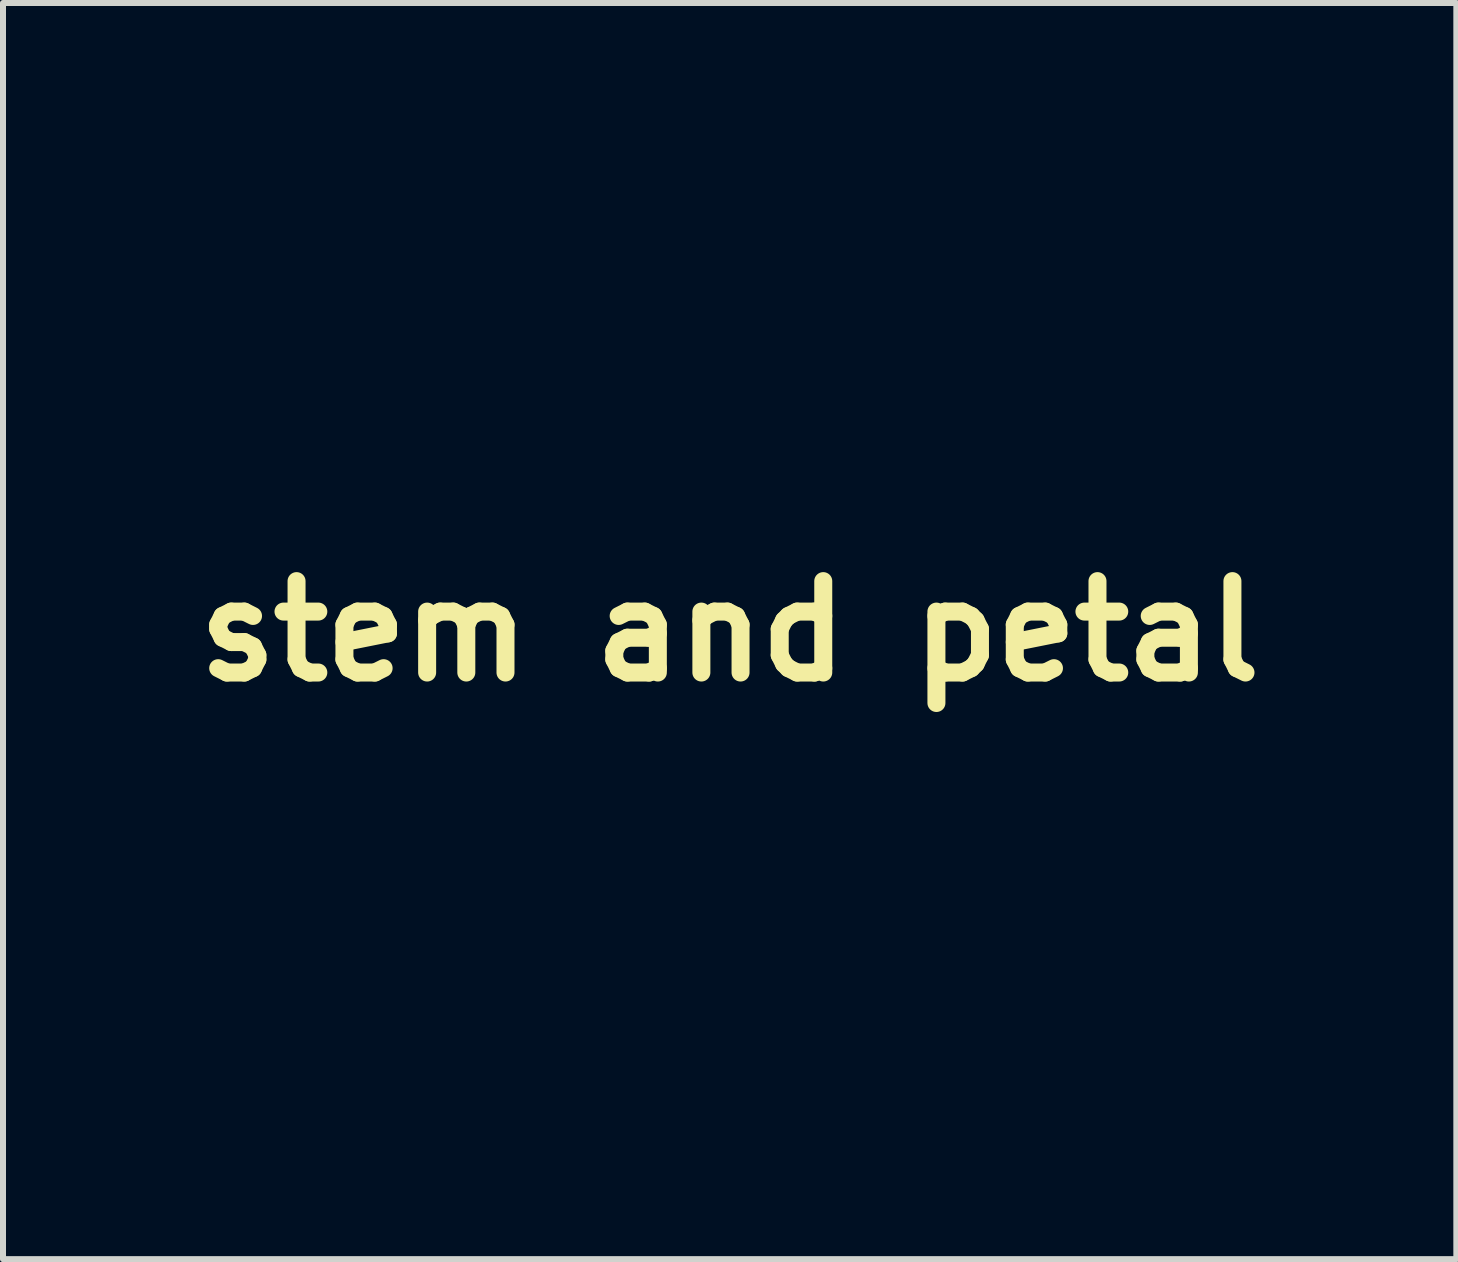
<source format=kicad_pcb>
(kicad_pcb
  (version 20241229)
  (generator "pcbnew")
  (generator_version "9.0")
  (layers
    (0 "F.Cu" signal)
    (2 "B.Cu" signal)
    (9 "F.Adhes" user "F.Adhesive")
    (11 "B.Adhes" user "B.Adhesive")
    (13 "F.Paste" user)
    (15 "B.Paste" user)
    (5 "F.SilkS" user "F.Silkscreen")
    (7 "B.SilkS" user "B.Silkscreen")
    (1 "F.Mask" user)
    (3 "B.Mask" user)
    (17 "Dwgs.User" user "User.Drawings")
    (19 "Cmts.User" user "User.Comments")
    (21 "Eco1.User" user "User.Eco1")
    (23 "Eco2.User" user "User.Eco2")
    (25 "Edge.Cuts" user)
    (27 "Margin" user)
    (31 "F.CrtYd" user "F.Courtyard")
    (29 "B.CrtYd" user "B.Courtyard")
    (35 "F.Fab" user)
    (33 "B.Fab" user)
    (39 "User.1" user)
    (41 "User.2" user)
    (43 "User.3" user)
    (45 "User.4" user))
  (footprint "stem and petal"
    (layer "F.Cu")
    (at 9.115 7.473)
    (property "Reference" "stem and petal" (at 0 0 0) (layer "F.SilkS") (effects (font (size 1.524 1.524) (thickness 0.3))))
    (attr through_hole)
    (fp_poly (pts (xy -2.163 -4.511) (xy -2.136 -4.485) (xy -2.141 -4.471) (xy -2.145 -4.47) (xy -2.166 -4.488) (xy -2.174 -4.5) (xy -2.177 -4.517) (xy -2.163 -4.511)) (stroke (width 0.01) (type solid)) (fill yes) (layer "F.Mask"))
    (fp_poly (pts (xy -2.548 -2.346) (xy -2.553 -2.337) (xy -2.577 -2.313) (xy -2.581 -2.311) (xy -2.583 -2.328) (xy -2.578 -2.337) (xy -2.554 -2.361) (xy -2.55 -2.362) (xy -2.548 -2.346)) (stroke (width 0.01) (type solid)) (fill yes) (layer "F.Mask"))
    (fp_poly (pts (xy 0.606 -7.458) (xy 0.658 -7.401) (xy 0.71 -7.309) (xy 0.775 -7.134) (xy 0.819 -6.917) (xy 0.843 -6.662) (xy 0.846 -6.426) (xy 0.841 -6.258) (xy 0.832 -6.133) (xy 0.816 -6.045) (xy 0.792 -5.986) (xy 0.758 -5.95) (xy 0.716 -5.929) (xy 0.647 -5.9) (xy 0.597 -5.865) (xy 0.596 -5.865) (xy 0.574 -5.836) (xy 0.595 -5.825) (xy 0.613 -5.823) (xy 0.669 -5.809) (xy 0.693 -5.795) (xy 0.699 -5.757) (xy 0.686 -5.687) (xy 0.659 -5.597) (xy 0.623 -5.5) (xy 0.581 -5.409) (xy 0.538 -5.337) (xy 0.516 -5.309) (xy 0.467 -5.243) (xy 0.419 -5.152) (xy 0.394 -5.09) (xy 0.353 -4.991) (xy 0.317 -4.941) (xy 0.287 -4.939) (xy 0.269 -4.969) (xy 0.265 -5.01) (xy 0.266 -5.09) (xy 0.272 -5.198) (xy 0.282 -5.321) (xy 0.283 -5.324) (xy 0.297 -5.462) (xy 0.312 -5.56) (xy 0.328 -5.626) (xy 0.349 -5.671) (xy 0.366 -5.694) (xy 0.456 -5.8) (xy 0.509 -5.882) (xy 0.532 -5.95) (xy 0.533 -5.971) (xy 0.521 -6.039) (xy 0.485 -6.064) (xy 0.451 -6.057) (xy 0.425 -6.022) (xy 0.426 -5.977) (xy 0.429 -5.93) (xy 0.408 -5.923) (xy 0.404 -5.924) (xy 0.353 -5.925) (xy 0.309 -5.915) (xy 0.267 -5.912) (xy 0.217 -5.936) (xy 0.152 -5.992) (xy 0.068 -6.083) (xy -0.004 -6.168) (xy -0.074 -6.253) (xy -0.091 -6.181) (xy -0.12 -6.114) (xy -0.168 -6.043) (xy -0.178 -6.032) (xy -0.228 -5.965) (xy -0.261 -5.897) (xy -0.264 -5.887) (xy -0.3 -5.816) (xy -0.359 -5.781) (xy -0.429 -5.79) (xy -0.436 -5.794) (xy -0.484 -5.809) (xy -0.519 -5.785) (xy -0.528 -5.775) (xy -0.552 -5.747) (xy -0.557 -5.758) (xy -0.55 -5.804) (xy -0.541 -5.869) (xy -0.53 -5.963) (xy -0.521 -6.058) (xy -0.488 -6.282) (xy -0.432 -6.499) (xy -0.358 -6.699) (xy -0.269 -6.871) (xy -0.169 -7.005) (xy -0.148 -7.027) (xy -0.049 -7.113) (xy 0.065 -7.199) (xy 0.18 -7.277) (xy 0.286 -7.338) (xy 0.371 -7.374) (xy 0.393 -7.38) (xy 0.461 -7.401) (xy 0.508 -7.43) (xy 0.51 -7.432) (xy 0.558 -7.468) (xy 0.606 -7.458)) (stroke (width 0.01) (type solid)) (fill yes) (layer "F.Mask"))
    (fp_poly (pts (xy -3.098 -4.805) (xy -3.074 -4.8) (xy -2.802 -4.727) (xy -2.54 -4.633) (xy -2.326 -4.534) (xy -2.118 -4.426) (xy -2.202 -4.381) (xy -2.262 -4.343) (xy -2.281 -4.307) (xy -2.261 -4.26) (xy -2.223 -4.212) (xy -2.181 -4.155) (xy -2.16 -4.109) (xy -2.159 -4.102) (xy -2.14 -4.066) (xy -2.095 -4.017) (xy -2.04 -3.97) (xy -1.991 -3.941) (xy -1.976 -3.937) (xy -1.941 -3.919) (xy -1.897 -3.877) (xy -1.863 -3.83) (xy -1.854 -3.806) (xy -1.876 -3.79) (xy -1.919 -3.785) (xy -2.014 -3.768) (xy -2.126 -3.725) (xy -2.234 -3.664) (xy -2.321 -3.595) (xy -2.33 -3.584) (xy -2.382 -3.519) (xy -2.401 -3.467) (xy -2.397 -3.416) (xy -2.375 -3.347) (xy -2.347 -3.3) (xy -2.319 -3.244) (xy -2.311 -3.195) (xy -2.302 -3.138) (xy -2.266 -3.098) (xy -2.197 -3.067) (xy -2.113 -3.044) (xy -2.039 -3.024) (xy -1.992 -3.006) (xy -1.981 -2.997) (xy -2.001 -2.974) (xy -2.042 -2.948) (xy -2.09 -2.904) (xy -2.136 -2.835) (xy -2.148 -2.81) (xy -2.185 -2.723) (xy -2.23 -2.622) (xy -2.252 -2.573) (xy -2.284 -2.499) (xy -2.306 -2.444) (xy -2.311 -2.426) (xy -2.29 -2.418) (xy -2.237 -2.422) (xy -2.234 -2.422) (xy -2.183 -2.427) (xy -2.174 -2.416) (xy -2.187 -2.398) (xy -2.235 -2.373) (xy -2.266 -2.377) (xy -2.323 -2.378) (xy -2.392 -2.36) (xy -2.393 -2.36) (xy -2.45 -2.341) (xy -2.483 -2.349) (xy -2.502 -2.371) (xy -2.523 -2.391) (xy -2.548 -2.386) (xy -2.586 -2.349) (xy -2.622 -2.305) (xy -2.727 -2.208) (xy -2.814 -2.166) (xy -2.926 -2.139) (xy -3.043 -2.123) (xy -3.15 -2.119) (xy -3.229 -2.128) (xy -3.245 -2.133) (xy -3.291 -2.175) (xy -3.299 -2.245) (xy -3.269 -2.345) (xy -3.202 -2.476) (xy -3.095 -2.637) (xy -3.019 -2.741) (xy -2.931 -2.848) (xy -2.832 -2.955) (xy -2.738 -3.044) (xy -2.701 -3.075) (xy -2.544 -3.195) (xy -2.851 -3.199) (xy -3.004 -3.203) (xy -3.127 -3.215) (xy -3.235 -3.239) (xy -3.34 -3.28) (xy -3.457 -3.34) (xy -3.6 -3.426) (xy -3.619 -3.438) (xy -3.8 -3.558) (xy -3.974 -3.686) (xy -4.132 -3.815) (xy -4.271 -3.94) (xy -4.382 -4.056) (xy -4.459 -4.157) (xy -4.487 -4.208) (xy -4.508 -4.265) (xy -4.507 -4.304) (xy -4.48 -4.344) (xy -4.44 -4.387) (xy -4.368 -4.452) (xy -4.289 -4.507) (xy -4.267 -4.519) (xy -4.191 -4.558) (xy -4.099 -4.607) (xy -4.055 -4.631) (xy -3.931 -4.698) (xy -3.797 -4.592) (xy -3.789 -4.658) (xy -3.772 -4.709) (xy -3.726 -4.724) (xy -3.717 -4.724) (xy -3.663 -4.73) (xy -3.576 -4.746) (xy -3.471 -4.769) (xy -3.432 -4.778) (xy -3.319 -4.803) (xy -3.237 -4.816) (xy -3.169 -4.816) (xy -3.098 -4.805)) (stroke (width 0.01) (type solid)) (fill yes) (layer "F.Mask"))
    (fp_poly (pts (xy 3.465 -5.447) (xy 3.513 -5.439) (xy 3.597 -5.428) (xy 3.702 -5.416) (xy 3.747 -5.412) (xy 3.953 -5.375) (xy 4.128 -5.307) (xy 4.284 -5.202) (xy 4.317 -5.174) (xy 4.367 -5.119) (xy 4.389 -5.063) (xy 4.38 -4.995) (xy 4.341 -4.904) (xy 4.305 -4.837) (xy 4.261 -4.753) (xy 4.229 -4.683) (xy 4.216 -4.642) (xy 4.216 -4.641) (xy 4.202 -4.602) (xy 4.163 -4.533) (xy 4.106 -4.441) (xy 4.036 -4.337) (xy 3.961 -4.23) (xy 3.887 -4.128) (xy 3.819 -4.041) (xy 3.765 -3.978) (xy 3.762 -3.975) (xy 3.687 -3.904) (xy 3.593 -3.822) (xy 3.52 -3.763) (xy 3.441 -3.704) (xy 3.39 -3.676) (xy 3.357 -3.673) (xy 3.342 -3.682) (xy 3.294 -3.699) (xy 3.254 -3.685) (xy 3.188 -3.662) (xy 3.15 -3.658) (xy 3.101 -3.642) (xy 3.083 -3.62) (xy 3.053 -3.592) (xy 2.989 -3.557) (xy 2.918 -3.528) (xy 2.841 -3.497) (xy 2.787 -3.47) (xy 2.769 -3.456) (xy 2.788 -3.427) (xy 2.836 -3.389) (xy 2.894 -3.352) (xy 2.944 -3.33) (xy 2.958 -3.327) (xy 2.992 -3.311) (xy 2.997 -3.296) (xy 3.016 -3.261) (xy 3.062 -3.213) (xy 3.083 -3.195) (xy 3.155 -3.116) (xy 3.18 -3.048) (xy 3.181 -2.991) (xy 3.157 -2.945) (xy 3.103 -2.895) (xy 3.01 -2.831) (xy 2.882 -2.76) (xy 2.734 -2.689) (xy 2.579 -2.626) (xy 2.489 -2.594) (xy 2.386 -2.568) (xy 2.257 -2.544) (xy 2.11 -2.524) (xy 1.957 -2.508) (xy 1.807 -2.497) (xy 1.67 -2.492) (xy 1.557 -2.494) (xy 1.477 -2.504) (xy 1.448 -2.515) (xy 1.396 -2.532) (xy 1.33 -2.54) (xy 1.275 -2.549) (xy 1.217 -2.584) (xy 1.145 -2.65) (xy 1.128 -2.667) (xy 1.062 -2.739) (xy 1.011 -2.803) (xy 0.985 -2.845) (xy 0.982 -2.922) (xy 1.015 -3.008) (xy 1.064 -3.071) (xy 1.099 -3.127) (xy 1.118 -3.214) (xy 1.123 -3.269) (xy 1.13 -3.416) (xy 1.306 -3.408) (xy 1.413 -3.397) (xy 1.5 -3.378) (xy 1.54 -3.361) (xy 1.579 -3.338) (xy 1.596 -3.345) (xy 1.6 -3.391) (xy 1.6 -3.42) (xy 1.582 -3.542) (xy 1.528 -3.632) (xy 1.445 -3.69) (xy 1.381 -3.721) (xy 3.353 -3.721) (xy 3.365 -3.708) (xy 3.378 -3.721) (xy 3.365 -3.734) (xy 3.353 -3.721) (xy 1.381 -3.721) (xy 1.353 -3.735) (xy 1.443 -3.956) (xy 1.498 -4.109) (xy 1.527 -4.231) (xy 1.53 -4.286) (xy 1.534 -4.36) (xy 1.552 -4.392) (xy 1.564 -4.394) (xy 1.596 -4.414) (xy 1.6 -4.431) (xy 1.62 -4.466) (xy 1.669 -4.514) (xy 1.708 -4.543) (xy 1.807 -4.617) (xy 1.892 -4.69) (xy 1.956 -4.754) (xy 1.992 -4.803) (xy 1.995 -4.825) (xy 1.996 -4.849) (xy 2.006 -4.851) (xy 2.04 -4.866) (xy 2.099 -4.903) (xy 2.169 -4.953) (xy 2.239 -5.005) (xy 2.293 -5.041) (xy 2.317 -5.055) (xy 2.345 -5.066) (xy 2.405 -5.097) (xy 2.484 -5.14) (xy 2.572 -5.189) (xy 2.655 -5.237) (xy 2.723 -5.277) (xy 2.763 -5.303) (xy 2.769 -5.308) (xy 2.806 -5.328) (xy 2.881 -5.353) (xy 2.983 -5.379) (xy 3.1 -5.404) (xy 3.218 -5.425) (xy 3.327 -5.442) (xy 3.413 -5.45) (xy 3.465 -5.447)) (stroke (width 0.01) (type solid)) (fill yes) (layer "F.Mask"))
    (fp_poly (pts (xy -1.502 -2.507) (xy -1.476 -2.497) (xy -1.413 -2.468) (xy -1.382 -2.431) (xy -1.368 -2.368) (xy -1.365 -2.347) (xy -1.35 -2.269) (xy -1.328 -2.208) (xy -1.32 -2.196) (xy -1.294 -2.174) (xy -1.264 -2.183) (xy -1.222 -2.218) (xy -1.127 -2.292) (xy -1.038 -2.326) (xy -0.983 -2.331) (xy -0.912 -2.346) (xy -0.865 -2.373) (xy -0.828 -2.399) (xy -0.784 -2.403) (xy -0.713 -2.388) (xy -0.707 -2.386) (xy -0.613 -2.361) (xy -0.558 -2.344) (xy -0.537 -2.333) (xy -0.539 -2.324) (xy -0.556 -2.313) (xy -0.578 -2.281) (xy -0.574 -2.265) (xy -0.576 -2.23) (xy -0.584 -2.223) (xy -0.598 -2.189) (xy -0.595 -2.138) (xy -0.59 -2.098) (xy -0.601 -2.099) (xy -0.602 -2.1) (xy -0.617 -2.1) (xy -0.625 -2.054) (xy -0.626 -2.033) (xy -0.638 -1.878) (xy -0.663 -1.753) (xy -0.699 -1.667) (xy -0.711 -1.651) (xy -0.741 -1.6) (xy -0.745 -1.56) (xy -0.749 -1.529) (xy -0.763 -1.524) (xy -0.778 -1.512) (xy -0.754 -1.478) (xy -0.732 -1.445) (xy -0.724 -1.402) (xy -0.729 -1.332) (xy -0.738 -1.272) (xy -0.765 -1.139) (xy -0.799 -1.031) (xy -0.835 -0.956) (xy -0.86 -0.929) (xy -0.892 -0.898) (xy -0.934 -0.846) (xy -0.937 -0.842) (xy -0.957 -0.812) (xy -0.959 -0.798) (xy -0.938 -0.801) (xy -0.887 -0.823) (xy -0.799 -0.865) (xy -0.744 -0.893) (xy -0.619 -0.951) (xy -0.487 -1.007) (xy -0.368 -1.052) (xy -0.321 -1.067) (xy -0.214 -1.1) (xy -0.111 -1.133) (xy -0.038 -1.158) (xy 0.061 -1.187) (xy 0.199 -1.215) (xy 0.36 -1.242) (xy 0.532 -1.264) (xy 0.702 -1.281) (xy 0.856 -1.291) (xy 0.927 -1.292) (xy 1.065 -1.29) (xy 1.167 -1.28) (xy 1.246 -1.261) (xy 1.291 -1.244) (xy 1.401 -1.195) (xy 1.384 -1.277) (xy 1.365 -1.343) (xy 1.331 -1.433) (xy 1.293 -1.521) (xy 1.247 -1.629) (xy 1.224 -1.699) (xy 1.225 -1.738) (xy 1.249 -1.752) (xy 1.257 -1.753) (xy 1.282 -1.769) (xy 1.279 -1.791) (xy 1.25 -1.824) (xy 1.233 -1.829) (xy 1.201 -1.847) (xy 1.152 -1.894) (xy 1.121 -1.93) (xy 1.069 -1.989) (xy 1.026 -2.025) (xy 1.01 -2.032) (xy 0.98 -2.05) (xy 0.927 -2.096) (xy 0.858 -2.164) (xy 0.826 -2.198) (xy 0.671 -2.363) (xy 0.728 -2.401) (xy 0.795 -2.428) (xy 0.869 -2.437) (xy 0.914 -2.432) (xy 0.955 -2.411) (xy 1.002 -2.367) (xy 1.065 -2.292) (xy 1.087 -2.263) (xy 1.201 -2.11) (xy 1.297 -1.967) (xy 1.377 -1.827) (xy 1.443 -1.681) (xy 1.5 -1.521) (xy 1.551 -1.339) (xy 1.599 -1.126) (xy 1.647 -0.874) (xy 1.665 -0.768) (xy 1.736 -0.356) (xy 1.901 -0.356) (xy 1.985 -0.353) (xy 2.055 -0.342) (xy 2.126 -0.317) (xy 2.216 -0.273) (xy 2.275 -0.241) (xy 2.376 -0.182) (xy 2.467 -0.12) (xy 2.533 -0.067) (xy 2.549 -0.051) (xy 2.596 -0.002) (xy 2.634 0.024) (xy 2.64 0.025) (xy 2.665 0.046) (xy 2.667 0.059) (xy 2.684 0.095) (xy 2.729 0.149) (xy 2.762 0.183) (xy 2.835 0.257) (xy 2.915 0.345) (xy 2.954 0.391) (xy 3.011 0.452) (xy 3.057 0.487) (xy 3.079 0.492) (xy 3.095 0.491) (xy 3.089 0.503) (xy 3.093 0.537) (xy 3.122 0.597) (xy 3.158 0.653) (xy 3.282 0.848) (xy 3.404 1.078) (xy 3.517 1.328) (xy 3.614 1.581) (xy 3.645 1.676) (xy 3.669 1.785) (xy 3.687 1.938) (xy 3.7 2.131) (xy 3.702 2.177) (xy 3.706 2.333) (xy 3.706 2.453) (xy 3.7 2.553) (xy 3.687 2.647) (xy 3.666 2.75) (xy 3.66 2.776) (xy 3.627 2.909) (xy 3.598 3) (xy 3.565 3.061) (xy 3.524 3.101) (xy 3.468 3.129) (xy 3.44 3.14) (xy 3.359 3.164) (xy 3.298 3.17) (xy 3.24 3.152) (xy 3.167 3.108) (xy 3.118 3.073) (xy 3.045 3.023) (xy 2.99 2.986) (xy 2.963 2.972) (xy 2.963 2.972) (xy 2.93 2.952) (xy 2.875 2.9) (xy 2.805 2.822) (xy 2.728 2.729) (xy 2.65 2.628) (xy 2.578 2.528) (xy 2.525 2.445) (xy 2.414 2.249) (xy 2.329 2.073) (xy 2.267 1.905) (xy 2.223 1.729) (xy 2.194 1.534) (xy 2.175 1.305) (xy 2.172 1.247) (xy 2.163 1.116) (xy 2.15 0.995) (xy 2.135 0.898) (xy 2.12 0.841) (xy 2.099 0.777) (xy 2.071 0.679) (xy 2.04 0.563) (xy 2.021 0.488) (xy 1.988 0.368) (xy 1.954 0.256) (xy 1.922 0.168) (xy 1.906 0.132) (xy 1.862 0.059) (xy 1.813 -0.009) (xy 1.771 -0.059) (xy 1.745 -0.076) (xy 1.729 -0.06) (xy 1.715 -0.007) (xy 1.702 0.084) (xy 1.689 0.218) (xy 1.677 0.4) (xy 1.676 0.419) (xy 1.667 0.558) (xy 1.657 0.673) (xy 1.644 0.774) (xy 1.625 0.871) (xy 1.599 0.974) (xy 1.563 1.092) (xy 1.514 1.236) (xy 1.451 1.415) (xy 1.435 1.46) (xy 1.383 1.609) (xy 1.332 1.753) (xy 1.288 1.88) (xy 1.254 1.979) (xy 1.24 2.019) (xy 1.211 2.106) (xy 1.17 2.225) (xy 1.125 2.357) (xy 1.088 2.464) (xy 1.043 2.595) (xy 0.988 2.757) (xy 0.929 2.933) (xy 0.872 3.104) (xy 0.853 3.163) (xy 0.804 3.306) (xy 0.757 3.441) (xy 0.715 3.555) (xy 0.681 3.639) (xy 0.667 3.671) (xy 0.628 3.752) (xy 0.576 3.873) (xy 0.512 4.022) (xy 0.442 4.193) (xy 0.369 4.374) (xy 0.295 4.558) (xy 0.226 4.735) (xy 0.165 4.896) (xy 0.114 5.033) (xy 0.08 5.131) (xy 0.05 5.232) (xy 0.017 5.362) (xy -0.014 5.496) (xy -0.025 5.546) (xy -0.048 5.654) (xy -0.069 5.745) (xy -0.086 5.805) (xy -0.092 5.822) (xy -0.1 5.858) (xy -0.109 5.935) (xy -0.118 6.048) (xy -0.128 6.186) (xy -0.137 6.342) (xy -0.145 6.509) (xy -0.153 6.676) (xy -0.158 6.838) (xy -0.161 6.984) (xy -0.161 7.002) (xy -0.164 7.134) (xy -0.168 7.225) (xy -0.176 7.285) (xy -0.189 7.324) (xy -0.209 7.352) (xy -0.222 7.365) (xy -0.263 7.41) (xy -0.279 7.443) (xy -0.297 7.465) (xy -0.335 7.464) (xy -0.366 7.442) (xy -0.369 7.436) (xy -0.382 7.375) (xy -0.393 7.272) (xy -0.402 7.138) (xy -0.408 6.982) (xy -0.411 6.812) (xy -0.411 6.639) (xy -0.407 6.472) (xy -0.405 6.413) (xy -0.395 6.232) (xy -0.382 6.085) (xy -0.365 5.955) (xy -0.342 5.827) (xy -0.309 5.684) (xy -0.295 5.626) (xy -0.215 5.336) (xy -0.11 5.005) (xy 0.019 4.632) (xy 0.172 4.22) (xy 0.349 3.77) (xy 0.42 3.594) (xy 0.504 3.381) (xy 0.599 3.125) (xy 0.703 2.832) (xy 0.813 2.507) (xy 0.929 2.157) (xy 0.941 2.121) (xy 0.973 2.023) (xy 1.017 1.89) (xy 1.069 1.733) (xy 1.126 1.564) (xy 1.182 1.397) (xy 1.268 1.131) (xy 1.335 0.895) (xy 1.385 0.677) (xy 1.42 0.463) (xy 1.443 0.239) (xy 1.455 -0.008) (xy 1.459 -0.292) (xy 1.459 -0.292) (xy 1.459 -0.493) (xy 1.455 -0.648) (xy 1.449 -0.763) (xy 1.437 -0.845) (xy 1.42 -0.897) (xy 1.397 -0.927) (xy 1.366 -0.939) (xy 1.35 -0.94) (xy 1.302 -0.958) (xy 1.252 -1) (xy 1.191 -1.05) (xy 1.114 -1.089) (xy 1.109 -1.091) (xy 1.046 -1.106) (xy 0.989 -1.102) (xy 0.915 -1.075) (xy 0.897 -1.067) (xy 0.795 -1.016) (xy 0.727 -0.968) (xy 0.698 -0.927) (xy 0.701 -0.911) (xy 0.691 -0.903) (xy 0.648 -0.914) (xy 0.648 -0.914) (xy 0.601 -0.927) (xy 0.597 -0.914) (xy 0.595 -0.891) (xy 0.586 -0.889) (xy 0.56 -0.869) (xy 0.559 -0.861) (xy 0.541 -0.831) (xy 0.495 -0.78) (xy 0.431 -0.718) (xy 0.351 -0.642) (xy 0.28 -0.56) (xy 0.21 -0.465) (xy 0.135 -0.346) (xy 0.049 -0.194) (xy 0.002 -0.106) (xy -0.06 0.009) (xy -0.118 0.116) (xy -0.165 0.201) (xy -0.193 0.25) (xy -0.248 0.328) (xy -0.335 0.428) (xy -0.444 0.54) (xy -0.564 0.655) (xy -0.687 0.764) (xy -0.802 0.858) (xy -0.901 0.928) (xy -0.922 0.941) (xy -1.078 1.019) (xy -1.268 1.097) (xy -1.477 1.168) (xy -1.689 1.227) (xy -1.71 1.232) (xy -1.799 1.25) (xy -1.86 1.253) (xy -1.919 1.239) (xy -1.971 1.218) (xy -2.037 1.184) (xy -2.082 1.143) (xy -2.111 1.085) (xy -2.127 1) (xy -2.133 0.879) (xy -2.134 0.79) (xy -2.125 0.589) (xy -2.1 0.433) (xy -2.057 0.318) (xy -1.995 0.24) (xy -1.974 0.225) (xy -1.933 0.196) (xy -1.929 0.185) (xy -1.938 0.187) (xy -1.982 0.185) (xy -1.999 0.145) (xy -1.988 0.072) (xy -1.971 0.025) (xy -1.95 -0.041) (xy -1.956 -0.072) (xy -1.993 -0.069) (xy -2.064 -0.032) (xy -2.095 -0.013) (xy -2.192 0.034) (xy -2.27 0.044) (xy -2.334 0.013) (xy -2.388 -0.061) (xy -2.438 -0.183) (xy -2.46 -0.254) (xy -2.49 -0.379) (xy -2.508 -0.503) (xy -2.512 -0.638) (xy -2.503 -0.797) (xy -2.482 -0.99) (xy -2.476 -1.036) (xy -2.452 -1.2) (xy -2.425 -1.326) (xy -2.392 -1.425) (xy -2.349 -1.507) (xy -2.291 -1.586) (xy -2.275 -1.605) (xy -2.228 -1.668) (xy -2.203 -1.716) (xy -2.202 -1.735) (xy -2.201 -1.748) (xy -2.191 -1.744) (xy -2.159 -1.751) (xy -2.11 -1.788) (xy -2.079 -1.819) (xy -2.021 -1.881) (xy -1.941 -1.963) (xy -1.854 -2.051) (xy -1.829 -2.076) (xy -1.757 -2.151) (xy -1.703 -2.214) (xy -1.673 -2.255) (xy -1.671 -2.265) (xy -1.662 -2.279) (xy -1.655 -2.276) (xy -1.624 -2.283) (xy -1.571 -2.316) (xy -1.54 -2.341) (xy -1.484 -2.394) (xy -1.466 -2.429) (xy -1.476 -2.455) (xy -1.519 -2.485) (xy -1.54 -2.489) (xy -1.572 -2.503) (xy -1.575 -2.513) (xy -1.554 -2.519) (xy -1.502 -2.507)) (stroke (width 0.01) (type solid)) (fill yes) (layer "F.Mask")))
  (gr_rect
    (start -3 -3)
    (end 21.23 17.942)
    (stroke (width 0.1) (type default))
    (fill no)
    (layer "Edge.Cuts")))
</source>
